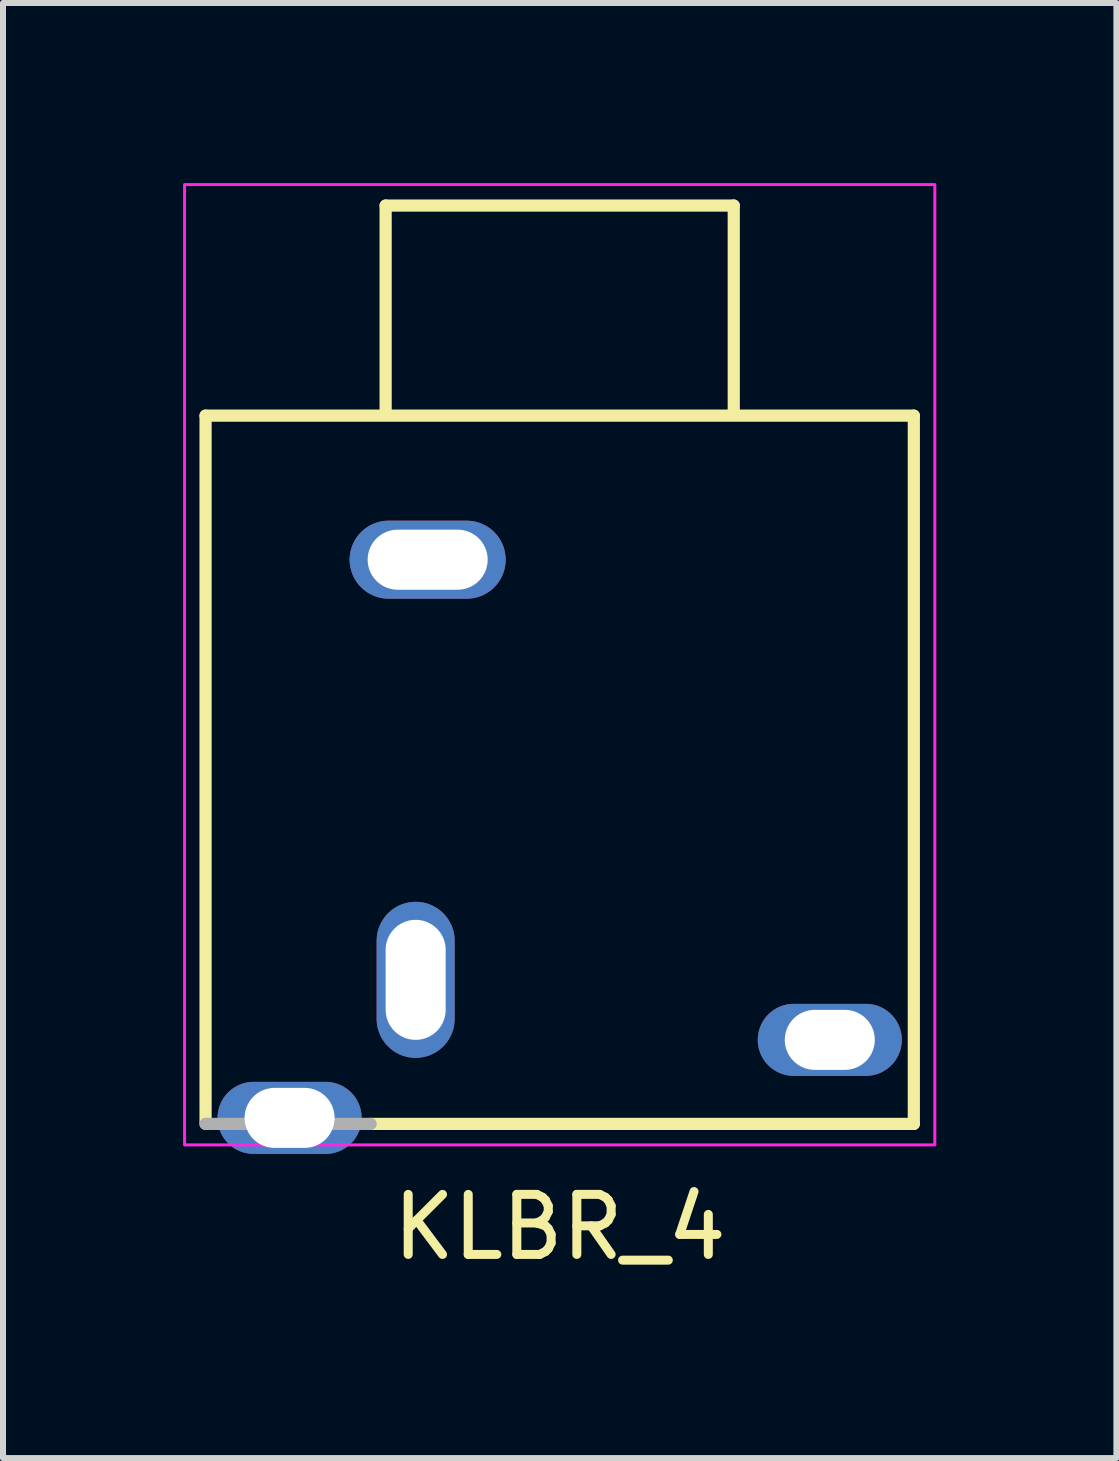
<source format=kicad_pcb>
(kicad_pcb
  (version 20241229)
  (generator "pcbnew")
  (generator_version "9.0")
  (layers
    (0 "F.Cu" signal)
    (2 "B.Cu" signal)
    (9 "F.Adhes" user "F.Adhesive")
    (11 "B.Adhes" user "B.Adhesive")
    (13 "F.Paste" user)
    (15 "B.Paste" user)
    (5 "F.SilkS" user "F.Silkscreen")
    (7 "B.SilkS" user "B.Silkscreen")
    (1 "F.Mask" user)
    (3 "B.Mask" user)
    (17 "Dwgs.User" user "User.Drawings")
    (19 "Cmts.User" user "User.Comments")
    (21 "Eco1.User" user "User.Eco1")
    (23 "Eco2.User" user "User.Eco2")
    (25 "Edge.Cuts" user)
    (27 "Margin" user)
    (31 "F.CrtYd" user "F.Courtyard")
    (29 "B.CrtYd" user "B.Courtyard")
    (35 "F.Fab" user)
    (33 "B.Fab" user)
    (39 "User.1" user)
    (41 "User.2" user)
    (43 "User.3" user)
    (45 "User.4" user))
  (footprint "KLBR_4"
    (layer "F.Cu")
    (at 6.275 9.775)
    (property "Reference" "KLBR_4" (at 0 7.62 180) (layer "F.SilkS") (effects (font (size 1 1) (thickness 0.15))))
    (attr through_hole)
    (fp_line (start -5.9 -5.9) (end 5.9 -5.9) (stroke (width 0.203) (type solid)) (layer "F.SilkS"))
    (fp_line (start -5.9 5.9) (end -5.9 -5.9) (stroke (width 0.203) (type solid)) (layer "F.SilkS"))
    (fp_line (start -3.15 5.9) (end 5.9 5.9) (stroke (width 0.203) (type solid)) (layer "F.SilkS"))
    (fp_line (start -2.9 -9.4) (end 2.9 -9.4) (stroke (width 0.203) (type solid)) (layer "F.SilkS"))
    (fp_line (start -2.9 -6) (end -2.9 -9.4) (stroke (width 0.203) (type solid)) (layer "F.SilkS"))
    (fp_line (start 2.9 -9.4) (end 2.9 -6) (stroke (width 0.203) (type solid)) (layer "F.SilkS"))
    (fp_line (start 5.9 -5.9) (end 5.9 5.9) (stroke (width 0.203) (type solid)) (layer "F.SilkS"))
    (fp_rect (start -6.25 -9.75) (end 6.25 6.25) (stroke (width 0.05) (type default)) (fill no) (layer "F.CrtYd"))
    (fp_line (start -5.9 5.9) (end -3.15 5.9) (stroke (width 0.203) (type solid)) (layer "F.Fab"))
    (pad "G" thru_hole oval (at -2.4 3.5) (size 1.3 2.6) (drill oval 1 2) (layers "*.Cu" "*.Mask"))
    (pad "R" thru_hole oval (at -4.5 5.8) (size 2.4 1.2) (drill oval 1.5 1) (layers "*.Cu" "*.Mask"))
    (pad "S" thru_hole oval (at -2.2 -3.5) (size 2.6 1.3) (drill oval 2 1) (layers "*.Cu" "*.Mask"))
    (pad "T" thru_hole oval (at 4.5 4.5) (size 2.4 1.2) (drill oval 1.5 1) (layers "*.Cu" "*.Mask")))
  (gr_rect
    (start -3 -3)
    (end 15.55 21.243)
    (stroke (width 0.1) (type default))
    (fill no)
    (layer "Edge.Cuts")))
</source>
